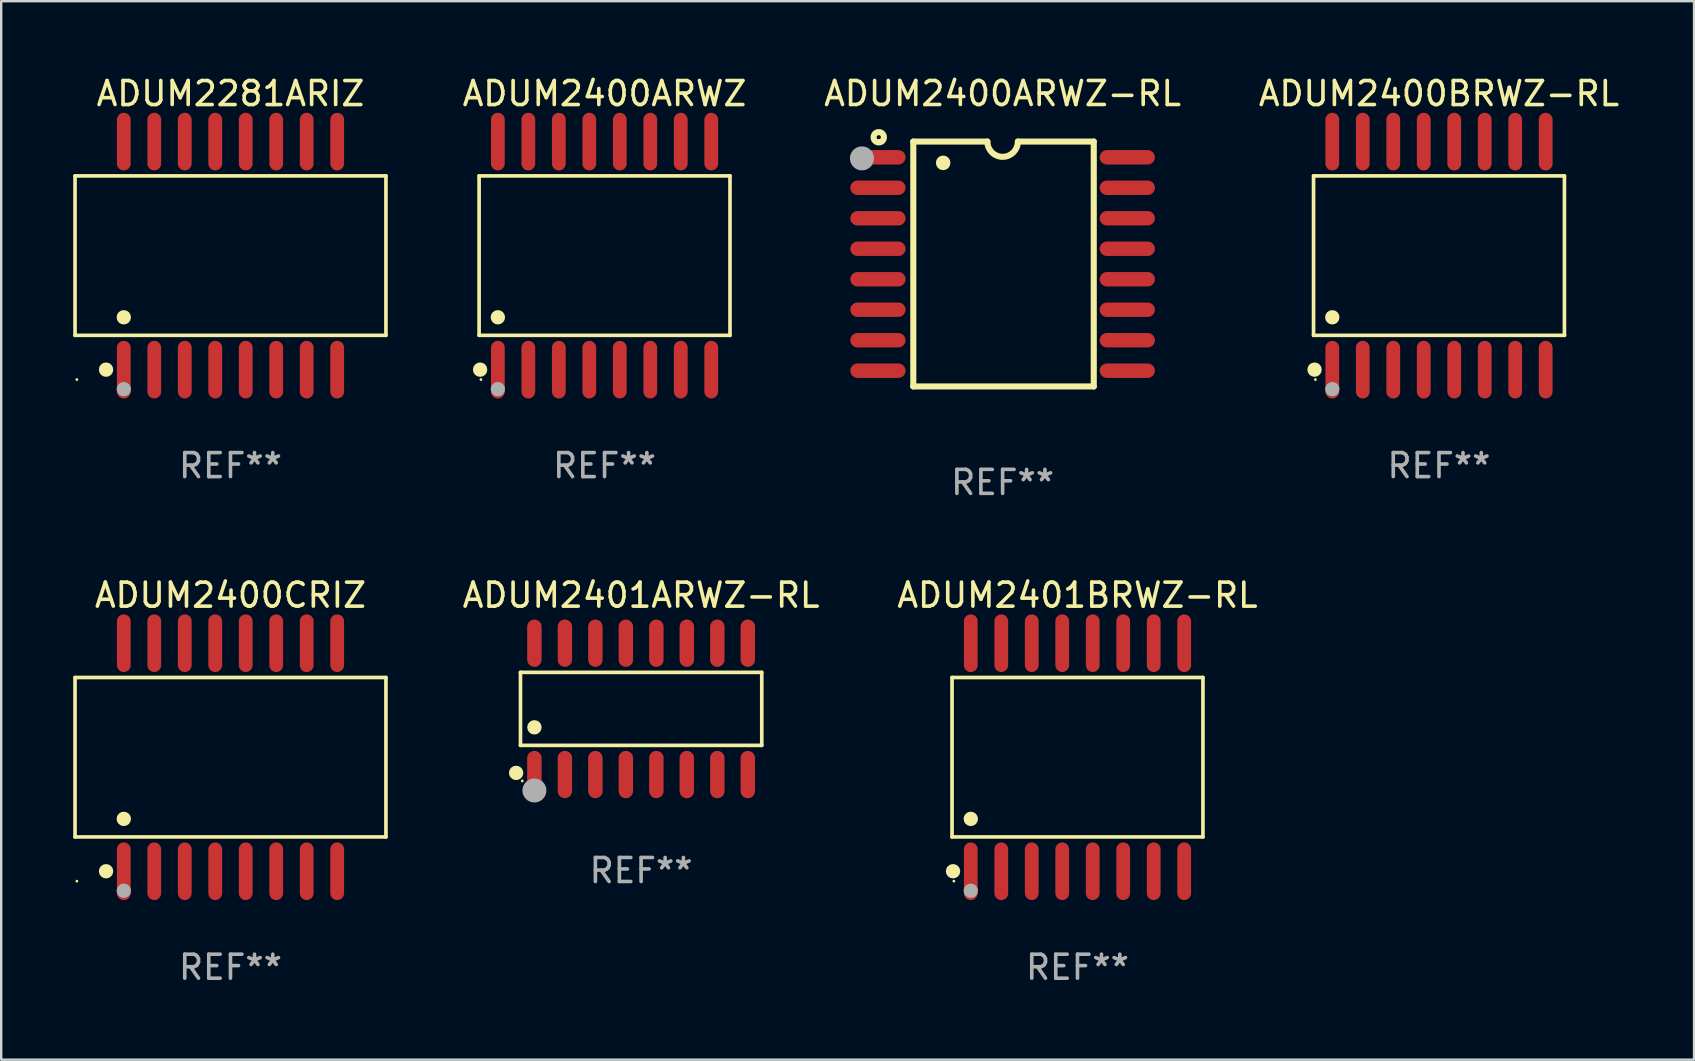
<source format=kicad_pcb>
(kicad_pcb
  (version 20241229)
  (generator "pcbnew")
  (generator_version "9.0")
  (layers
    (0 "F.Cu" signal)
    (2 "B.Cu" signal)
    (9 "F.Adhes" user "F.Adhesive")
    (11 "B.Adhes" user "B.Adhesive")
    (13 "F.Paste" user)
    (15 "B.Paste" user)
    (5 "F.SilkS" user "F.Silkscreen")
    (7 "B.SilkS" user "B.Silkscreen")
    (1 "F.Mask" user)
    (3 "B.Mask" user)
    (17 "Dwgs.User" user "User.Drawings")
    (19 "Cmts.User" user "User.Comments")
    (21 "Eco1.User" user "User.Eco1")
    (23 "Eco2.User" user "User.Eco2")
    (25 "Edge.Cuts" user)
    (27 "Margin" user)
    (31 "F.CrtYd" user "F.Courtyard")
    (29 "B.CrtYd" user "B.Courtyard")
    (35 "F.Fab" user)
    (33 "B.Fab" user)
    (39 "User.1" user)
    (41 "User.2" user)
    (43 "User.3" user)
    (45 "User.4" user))
  (footprint "ADUM2400ARWZ"
    (layer "F.Cu")
    (at 22.135 7.599)
    (property "Reference" "ADUM2400ARWZ" (at 0 -6.75 0) (layer "F.SilkS") (effects (font (size 1 1) (thickness 0.15))))
    (attr through_hole)
    (fp_line (start -5.226 -3.321) (end 5.226 -3.321) (stroke (width 0.152) (type solid)) (layer "F.SilkS"))
    (fp_line (start -5.226 3.321) (end -5.226 -3.321) (stroke (width 0.152) (type solid)) (layer "F.SilkS"))
    (fp_line (start 5.226 -3.321) (end 5.226 3.321) (stroke (width 0.152) (type solid)) (layer "F.SilkS"))
    (fp_line (start 5.226 3.321) (end -5.226 3.321) (stroke (width 0.152) (type solid)) (layer "F.SilkS"))
    (fp_circle (center -5.184 4.75) (end -5.034 4.75) (stroke (width 0.3) (type solid)) (fill no) (layer "F.SilkS"))
    (fp_circle (center -5.15 5.163) (end -5.12 5.163) (stroke (width 0.06) (type solid)) (fill no) (layer "F.SilkS"))
    (fp_circle (center -4.445 2.569) (end -4.295 2.569) (stroke (width 0.3) (type solid)) (fill no) (layer "F.SilkS"))
    (fp_circle (center -4.445 5.563) (end -4.295 5.563) (stroke (width 0.3) (type solid)) (fill no) (layer "F.Fab"))
    (fp_text user "REF**" (at 0 8.75 0) (layer "F.Fab") (effects (font (size 1 1) (thickness 0.15))))
    (pad "1" smd oval (at -4.445 4.75) (size 0.574 2.401) (layers "F.Cu" "F.Mask" "F.Paste"))
    (pad "2" smd oval (at -3.175 4.75) (size 0.574 2.401) (layers "F.Cu" "F.Mask" "F.Paste"))
    (pad "3" smd oval (at -1.905 4.75) (size 0.574 2.401) (layers "F.Cu" "F.Mask" "F.Paste"))
    (pad "4" smd oval (at -0.635 4.75) (size 0.574 2.401) (layers "F.Cu" "F.Mask" "F.Paste"))
    (pad "5" smd oval (at 0.635 4.75) (size 0.574 2.401) (layers "F.Cu" "F.Mask" "F.Paste"))
    (pad "6" smd oval (at 1.905 4.75) (size 0.574 2.401) (layers "F.Cu" "F.Mask" "F.Paste"))
    (pad "7" smd oval (at 3.175 4.75) (size 0.574 2.401) (layers "F.Cu" "F.Mask" "F.Paste"))
    (pad "8" smd oval (at 4.445 4.75) (size 0.574 2.401) (layers "F.Cu" "F.Mask" "F.Paste"))
    (pad "9" smd oval (at 4.445 -4.75) (size 0.574 2.401) (layers "F.Cu" "F.Mask" "F.Paste"))
    (pad "10" smd oval (at 3.175 -4.75) (size 0.574 2.401) (layers "F.Cu" "F.Mask" "F.Paste"))
    (pad "11" smd oval (at 1.905 -4.75) (size 0.574 2.401) (layers "F.Cu" "F.Mask" "F.Paste"))
    (pad "12" smd oval (at 0.635 -4.75) (size 0.574 2.401) (layers "F.Cu" "F.Mask" "F.Paste"))
    (pad "13" smd oval (at -0.635 -4.75) (size 0.574 2.401) (layers "F.Cu" "F.Mask" "F.Paste"))
    (pad "14" smd oval (at -1.905 -4.75) (size 0.574 2.401) (layers "F.Cu" "F.Mask" "F.Paste"))
    (pad "15" smd oval (at -3.175 -4.75) (size 0.574 2.401) (layers "F.Cu" "F.Mask" "F.Paste"))
    (pad "16" smd oval (at -4.445 -4.75) (size 0.574 2.401) (layers "F.Cu" "F.Mask" "F.Paste")))
  (footprint "ADUM2401ARWZ-RL"
    (layer "F.Cu")
    (at 23.658 26.481)
    (property "Reference" "ADUM2401ARWZ-RL" (at 0 -4.736 0) (layer "F.SilkS") (effects (font (size 1 1) (thickness 0.15))))
    (attr through_hole)
    (fp_line (start -5.026 -1.521) (end 5.026 -1.521) (stroke (width 0.152) (type solid)) (layer "F.SilkS"))
    (fp_line (start -5.026 1.521) (end -5.026 -1.521) (stroke (width 0.152) (type solid)) (layer "F.SilkS"))
    (fp_line (start 5.026 -1.521) (end 5.026 1.521) (stroke (width 0.152) (type solid)) (layer "F.SilkS"))
    (fp_line (start 5.026 1.521) (end -5.026 1.521) (stroke (width 0.152) (type solid)) (layer "F.SilkS"))
    (fp_circle (center -5.207 2.667) (end -5.057 2.667) (stroke (width 0.3) (type solid)) (fill no) (layer "F.SilkS"))
    (fp_circle (center -4.95 3) (end -4.92 3) (stroke (width 0.06) (type solid)) (fill no) (layer "F.SilkS"))
    (fp_circle (center -4.445 0.769) (end -4.295 0.769) (stroke (width 0.3) (type solid)) (fill no) (layer "F.SilkS"))
    (fp_circle (center -4.445 3.4) (end -4.195 3.4) (stroke (width 0.5) (type solid)) (fill no) (layer "F.Fab"))
    (fp_text user "REF**" (at 0 6.736 0) (layer "F.Fab") (effects (font (size 1 1) (thickness 0.15))))
    (pad "1" smd oval (at -4.445 2.736) (size 0.602 1.971) (layers "F.Cu" "F.Mask" "F.Paste"))
    (pad "2" smd oval (at -3.175 2.736) (size 0.602 1.971) (layers "F.Cu" "F.Mask" "F.Paste"))
    (pad "3" smd oval (at -1.905 2.736) (size 0.602 1.971) (layers "F.Cu" "F.Mask" "F.Paste"))
    (pad "4" smd oval (at -0.635 2.736) (size 0.602 1.971) (layers "F.Cu" "F.Mask" "F.Paste"))
    (pad "5" smd oval (at 0.635 2.736) (size 0.602 1.971) (layers "F.Cu" "F.Mask" "F.Paste"))
    (pad "6" smd oval (at 1.905 2.736) (size 0.602 1.971) (layers "F.Cu" "F.Mask" "F.Paste"))
    (pad "7" smd oval (at 3.175 2.736) (size 0.602 1.971) (layers "F.Cu" "F.Mask" "F.Paste"))
    (pad "8" smd oval (at 4.445 2.736) (size 0.602 1.971) (layers "F.Cu" "F.Mask" "F.Paste"))
    (pad "9" smd oval (at 4.445 -2.736) (size 0.602 1.971) (layers "F.Cu" "F.Mask" "F.Paste"))
    (pad "10" smd oval (at 3.175 -2.736) (size 0.602 1.971) (layers "F.Cu" "F.Mask" "F.Paste"))
    (pad "11" smd oval (at 1.905 -2.736) (size 0.602 1.971) (layers "F.Cu" "F.Mask" "F.Paste"))
    (pad "12" smd oval (at 0.635 -2.736) (size 0.602 1.971) (layers "F.Cu" "F.Mask" "F.Paste"))
    (pad "13" smd oval (at -0.635 -2.736) (size 0.602 1.971) (layers "F.Cu" "F.Mask" "F.Paste"))
    (pad "14" smd oval (at -1.905 -2.736) (size 0.602 1.971) (layers "F.Cu" "F.Mask" "F.Paste"))
    (pad "15" smd oval (at -3.175 -2.736) (size 0.602 1.971) (layers "F.Cu" "F.Mask" "F.Paste"))
    (pad "16" smd oval (at -4.445 -2.736) (size 0.602 1.971) (layers "F.Cu" "F.Mask" "F.Paste")))
  (footprint "ADUM2400CRIZ"
    (layer "F.Cu")
    (at 6.552 28.495)
    (property "Reference" "ADUM2400CRIZ" (at 0 -6.75 0) (layer "F.SilkS") (effects (font (size 1 1) (thickness 0.15))))
    (attr through_hole)
    (fp_line (start -6.476 -3.321) (end 6.476 -3.321) (stroke (width 0.152) (type solid)) (layer "F.SilkS"))
    (fp_line (start -6.476 3.321) (end -6.476 -3.321) (stroke (width 0.152) (type solid)) (layer "F.SilkS"))
    (fp_line (start 6.476 -3.321) (end 6.476 3.321) (stroke (width 0.152) (type solid)) (layer "F.SilkS"))
    (fp_line (start 6.476 3.321) (end -6.476 3.321) (stroke (width 0.152) (type solid)) (layer "F.SilkS"))
    (fp_circle (center -6.4 5.163) (end -6.37 5.163) (stroke (width 0.06) (type solid)) (fill no) (layer "F.SilkS"))
    (fp_circle (center -5.184 4.75) (end -5.034 4.75) (stroke (width 0.3) (type solid)) (fill no) (layer "F.SilkS"))
    (fp_circle (center -4.445 2.569) (end -4.295 2.569) (stroke (width 0.3) (type solid)) (fill no) (layer "F.SilkS"))
    (fp_circle (center -4.445 5.563) (end -4.295 5.563) (stroke (width 0.3) (type solid)) (fill no) (layer "F.Fab"))
    (fp_text user "REF**" (at 0 8.75 0) (layer "F.Fab") (effects (font (size 1 1) (thickness 0.15))))
    (pad "1" smd oval (at -4.445 4.75) (size 0.574 2.401) (layers "F.Cu" "F.Mask" "F.Paste"))
    (pad "2" smd oval (at -3.175 4.75) (size 0.574 2.401) (layers "F.Cu" "F.Mask" "F.Paste"))
    (pad "3" smd oval (at -1.905 4.75) (size 0.574 2.401) (layers "F.Cu" "F.Mask" "F.Paste"))
    (pad "4" smd oval (at -0.635 4.75) (size 0.574 2.401) (layers "F.Cu" "F.Mask" "F.Paste"))
    (pad "5" smd oval (at 0.635 4.75) (size 0.574 2.401) (layers "F.Cu" "F.Mask" "F.Paste"))
    (pad "6" smd oval (at 1.905 4.75) (size 0.574 2.401) (layers "F.Cu" "F.Mask" "F.Paste"))
    (pad "7" smd oval (at 3.175 4.75) (size 0.574 2.401) (layers "F.Cu" "F.Mask" "F.Paste"))
    (pad "8" smd oval (at 4.445 4.75) (size 0.574 2.401) (layers "F.Cu" "F.Mask" "F.Paste"))
    (pad "9" smd oval (at 4.445 -4.75) (size 0.574 2.401) (layers "F.Cu" "F.Mask" "F.Paste"))
    (pad "10" smd oval (at 3.175 -4.75) (size 0.574 2.401) (layers "F.Cu" "F.Mask" "F.Paste"))
    (pad "11" smd oval (at 1.905 -4.75) (size 0.574 2.401) (layers "F.Cu" "F.Mask" "F.Paste"))
    (pad "12" smd oval (at 0.635 -4.75) (size 0.574 2.401) (layers "F.Cu" "F.Mask" "F.Paste"))
    (pad "13" smd oval (at -0.635 -4.75) (size 0.574 2.401) (layers "F.Cu" "F.Mask" "F.Paste"))
    (pad "14" smd oval (at -1.905 -4.75) (size 0.574 2.401) (layers "F.Cu" "F.Mask" "F.Paste"))
    (pad "15" smd oval (at -3.175 -4.75) (size 0.574 2.401) (layers "F.Cu" "F.Mask" "F.Paste"))
    (pad "16" smd oval (at -4.445 -4.75) (size 0.574 2.401) (layers "F.Cu" "F.Mask" "F.Paste")))
  (footprint "ADUM2281ARIZ"
    (layer "F.Cu")
    (at 6.552 7.599)
    (property "Reference" "ADUM2281ARIZ" (at 0 -6.75 0) (layer "F.SilkS") (effects (font (size 1 1) (thickness 0.15))))
    (attr through_hole)
    (fp_line (start -6.476 -3.321) (end 6.476 -3.321) (stroke (width 0.152) (type solid)) (layer "F.SilkS"))
    (fp_line (start -6.476 3.321) (end -6.476 -3.321) (stroke (width 0.152) (type solid)) (layer "F.SilkS"))
    (fp_line (start 6.476 -3.321) (end 6.476 3.321) (stroke (width 0.152) (type solid)) (layer "F.SilkS"))
    (fp_line (start 6.476 3.321) (end -6.476 3.321) (stroke (width 0.152) (type solid)) (layer "F.SilkS"))
    (fp_circle (center -6.4 5.163) (end -6.37 5.163) (stroke (width 0.06) (type solid)) (fill no) (layer "F.SilkS"))
    (fp_circle (center -5.184 4.75) (end -5.034 4.75) (stroke (width 0.3) (type solid)) (fill no) (layer "F.SilkS"))
    (fp_circle (center -4.445 2.569) (end -4.295 2.569) (stroke (width 0.3) (type solid)) (fill no) (layer "F.SilkS"))
    (fp_circle (center -4.445 5.563) (end -4.295 5.563) (stroke (width 0.3) (type solid)) (fill no) (layer "F.Fab"))
    (fp_text user "REF**" (at 0 8.75 0) (layer "F.Fab") (effects (font (size 1 1) (thickness 0.15))))
    (pad "1" smd oval (at -4.445 4.75) (size 0.574 2.401) (layers "F.Cu" "F.Mask" "F.Paste"))
    (pad "2" smd oval (at -3.175 4.75) (size 0.574 2.401) (layers "F.Cu" "F.Mask" "F.Paste"))
    (pad "3" smd oval (at -1.905 4.75) (size 0.574 2.401) (layers "F.Cu" "F.Mask" "F.Paste"))
    (pad "4" smd oval (at -0.635 4.75) (size 0.574 2.401) (layers "F.Cu" "F.Mask" "F.Paste"))
    (pad "5" smd oval (at 0.635 4.75) (size 0.574 2.401) (layers "F.Cu" "F.Mask" "F.Paste"))
    (pad "6" smd oval (at 1.905 4.75) (size 0.574 2.401) (layers "F.Cu" "F.Mask" "F.Paste"))
    (pad "7" smd oval (at 3.175 4.75) (size 0.574 2.401) (layers "F.Cu" "F.Mask" "F.Paste"))
    (pad "8" smd oval (at 4.445 4.75) (size 0.574 2.401) (layers "F.Cu" "F.Mask" "F.Paste"))
    (pad "9" smd oval (at 4.445 -4.75) (size 0.574 2.401) (layers "F.Cu" "F.Mask" "F.Paste"))
    (pad "10" smd oval (at 3.175 -4.75) (size 0.574 2.401) (layers "F.Cu" "F.Mask" "F.Paste"))
    (pad "11" smd oval (at 1.905 -4.75) (size 0.574 2.401) (layers "F.Cu" "F.Mask" "F.Paste"))
    (pad "12" smd oval (at 0.635 -4.75) (size 0.574 2.401) (layers "F.Cu" "F.Mask" "F.Paste"))
    (pad "13" smd oval (at -0.635 -4.75) (size 0.574 2.401) (layers "F.Cu" "F.Mask" "F.Paste"))
    (pad "14" smd oval (at -1.905 -4.75) (size 0.574 2.401) (layers "F.Cu" "F.Mask" "F.Paste"))
    (pad "15" smd oval (at -3.175 -4.75) (size 0.574 2.401) (layers "F.Cu" "F.Mask" "F.Paste"))
    (pad "16" smd oval (at -4.445 -4.75) (size 0.574 2.401) (layers "F.Cu" "F.Mask" "F.Paste")))
  (footprint "ADUM2401BRWZ-RL"
    (layer "F.Cu")
    (at 41.837 28.495)
    (property "Reference" "ADUM2401BRWZ-RL" (at 0 -6.75 0) (layer "F.SilkS") (effects (font (size 1 1) (thickness 0.15))))
    (attr through_hole)
    (fp_line (start -5.226 -3.321) (end 5.226 -3.321) (stroke (width 0.152) (type solid)) (layer "F.SilkS"))
    (fp_line (start -5.226 3.321) (end -5.226 -3.321) (stroke (width 0.152) (type solid)) (layer "F.SilkS"))
    (fp_line (start 5.226 -3.321) (end 5.226 3.321) (stroke (width 0.152) (type solid)) (layer "F.SilkS"))
    (fp_line (start 5.226 3.321) (end -5.226 3.321) (stroke (width 0.152) (type solid)) (layer "F.SilkS"))
    (fp_circle (center -5.184 4.75) (end -5.034 4.75) (stroke (width 0.3) (type solid)) (fill no) (layer "F.SilkS"))
    (fp_circle (center -5.15 5.163) (end -5.12 5.163) (stroke (width 0.06) (type solid)) (fill no) (layer "F.SilkS"))
    (fp_circle (center -4.445 2.569) (end -4.295 2.569) (stroke (width 0.3) (type solid)) (fill no) (layer "F.SilkS"))
    (fp_circle (center -4.445 5.563) (end -4.295 5.563) (stroke (width 0.3) (type solid)) (fill no) (layer "F.Fab"))
    (fp_text user "REF**" (at 0 8.75 0) (layer "F.Fab") (effects (font (size 1 1) (thickness 0.15))))
    (pad "1" smd oval (at -4.445 4.75) (size 0.574 2.401) (layers "F.Cu" "F.Mask" "F.Paste"))
    (pad "2" smd oval (at -3.175 4.75) (size 0.574 2.401) (layers "F.Cu" "F.Mask" "F.Paste"))
    (pad "3" smd oval (at -1.905 4.75) (size 0.574 2.401) (layers "F.Cu" "F.Mask" "F.Paste"))
    (pad "4" smd oval (at -0.635 4.75) (size 0.574 2.401) (layers "F.Cu" "F.Mask" "F.Paste"))
    (pad "5" smd oval (at 0.635 4.75) (size 0.574 2.401) (layers "F.Cu" "F.Mask" "F.Paste"))
    (pad "6" smd oval (at 1.905 4.75) (size 0.574 2.401) (layers "F.Cu" "F.Mask" "F.Paste"))
    (pad "7" smd oval (at 3.175 4.75) (size 0.574 2.401) (layers "F.Cu" "F.Mask" "F.Paste"))
    (pad "8" smd oval (at 4.445 4.75) (size 0.574 2.401) (layers "F.Cu" "F.Mask" "F.Paste"))
    (pad "9" smd oval (at 4.445 -4.75) (size 0.574 2.401) (layers "F.Cu" "F.Mask" "F.Paste"))
    (pad "10" smd oval (at 3.175 -4.75) (size 0.574 2.401) (layers "F.Cu" "F.Mask" "F.Paste"))
    (pad "11" smd oval (at 1.905 -4.75) (size 0.574 2.401) (layers "F.Cu" "F.Mask" "F.Paste"))
    (pad "12" smd oval (at 0.635 -4.75) (size 0.574 2.401) (layers "F.Cu" "F.Mask" "F.Paste"))
    (pad "13" smd oval (at -0.635 -4.75) (size 0.574 2.401) (layers "F.Cu" "F.Mask" "F.Paste"))
    (pad "14" smd oval (at -1.905 -4.75) (size 0.574 2.401) (layers "F.Cu" "F.Mask" "F.Paste"))
    (pad "15" smd oval (at -3.175 -4.75) (size 0.574 2.401) (layers "F.Cu" "F.Mask" "F.Paste"))
    (pad "16" smd oval (at -4.445 -4.75) (size 0.574 2.401) (layers "F.Cu" "F.Mask" "F.Paste")))
  (footprint "ADUM2400ARWZ-RL"
    (layer "F.Cu")
    (at 38.718 7.948)
    (property "Reference" "ADUM2400ARWZ-RL" (at 0 -7.1 0) (layer "F.SilkS") (effects (font (size 1 1) (thickness 0.15))))
    (attr through_hole)
    (fp_line (start -3.721 -5.1) (end -3.721 5.1) (stroke (width 0.254) (type solid)) (layer "F.SilkS"))
    (fp_line (start -3.721 -5.1) (end -0.635 -5.1) (stroke (width 0.254) (type solid)) (layer "F.SilkS"))
    (fp_line (start -3.721 5.1) (end 3.797 5.1) (stroke (width 0.254) (type solid)) (layer "F.SilkS"))
    (fp_line (start 3.797 -5.1) (end 0.635 -5.1) (stroke (width 0.254) (type solid)) (layer "F.SilkS"))
    (fp_line (start 3.797 5.1) (end 3.797 -5.1) (stroke (width 0.254) (type solid)) (layer "F.SilkS"))
    (fp_arc (start -2.476556 -4.211328) (mid -2.476567 -4.213868) (end -2.476556 -4.216408) (stroke (width 0.6) (type solid)) (layer "F.SilkS"))
    (fp_arc (start 0.63495 -5.100076) (mid -0.000178 -4.465329) (end -0.635052 -5.10033) (stroke (width 0.254001) (type solid)) (layer "F.SilkS"))
    (fp_circle (center -5.16 -5.28) (end -4.945 -5.28) (stroke (width 0.254) (type solid)) (fill no) (layer "F.SilkS"))
    (fp_circle (center -5.15 -5.15) (end -5.12 -5.15) (stroke (width 0.06) (type solid)) (fill no) (layer "F.SilkS"))
    (fp_circle (center -5.86 -4.4) (end -5.61 -4.4) (stroke (width 0.5) (type solid)) (fill no) (layer "F.Fab"))
    (fp_text user "REF**" (at 0 9.1 0) (layer "F.Fab") (effects (font (size 1 1) (thickness 0.15))))
    (pad "1" smd oval (at -5.194 -4.445) (size 2.3 0.6) (layers "F.Cu" "F.Mask" "F.Paste"))
    (pad "2" smd oval (at -5.194 -3.175) (size 2.3 0.6) (layers "F.Cu" "F.Mask" "F.Paste"))
    (pad "3" smd oval (at -5.194 -1.905) (size 2.3 0.6) (layers "F.Cu" "F.Mask" "F.Paste"))
    (pad "4" smd oval (at -5.194 -0.635) (size 2.3 0.6) (layers "F.Cu" "F.Mask" "F.Paste"))
    (pad "5" smd oval (at -5.194 0.635) (size 2.3 0.6) (layers "F.Cu" "F.Mask" "F.Paste"))
    (pad "6" smd oval (at -5.194 1.905) (size 2.3 0.6) (layers "F.Cu" "F.Mask" "F.Paste"))
    (pad "7" smd oval (at -5.194 3.175) (size 2.3 0.6) (layers "F.Cu" "F.Mask" "F.Paste"))
    (pad "8" smd oval (at -5.194 4.445) (size 2.3 0.6) (layers "F.Cu" "F.Mask" "F.Paste"))
    (pad "9" smd oval (at 5.194 4.445) (size 2.3 0.6) (layers "F.Cu" "F.Mask" "F.Paste"))
    (pad "10" smd oval (at 5.194 3.175) (size 2.3 0.6) (layers "F.Cu" "F.Mask" "F.Paste"))
    (pad "11" smd oval (at 5.194 1.905) (size 2.3 0.6) (layers "F.Cu" "F.Mask" "F.Paste"))
    (pad "12" smd oval (at 5.194 0.635) (size 2.3 0.6) (layers "F.Cu" "F.Mask" "F.Paste"))
    (pad "13" smd oval (at 5.194 -0.635) (size 2.3 0.6) (layers "F.Cu" "F.Mask" "F.Paste"))
    (pad "14" smd oval (at 5.194 -1.905) (size 2.3 0.6) (layers "F.Cu" "F.Mask" "F.Paste"))
    (pad "15" smd oval (at 5.194 -3.175) (size 2.3 0.6) (layers "F.Cu" "F.Mask" "F.Paste"))
    (pad "16" smd oval (at 5.194 -4.445) (size 2.3 0.6) (layers "F.Cu" "F.Mask" "F.Paste")))
  (footprint "ADUM2400BRWZ-RL"
    (layer "F.Cu")
    (at 56.897 7.599)
    (property "Reference" "ADUM2400BRWZ-RL" (at 0 -6.75 0) (layer "F.SilkS") (effects (font (size 1 1) (thickness 0.15))))
    (attr through_hole)
    (fp_line (start -5.226 -3.321) (end 5.226 -3.321) (stroke (width 0.152) (type solid)) (layer "F.SilkS"))
    (fp_line (start -5.226 3.321) (end -5.226 -3.321) (stroke (width 0.152) (type solid)) (layer "F.SilkS"))
    (fp_line (start 5.226 -3.321) (end 5.226 3.321) (stroke (width 0.152) (type solid)) (layer "F.SilkS"))
    (fp_line (start 5.226 3.321) (end -5.226 3.321) (stroke (width 0.152) (type solid)) (layer "F.SilkS"))
    (fp_circle (center -5.184 4.75) (end -5.034 4.75) (stroke (width 0.3) (type solid)) (fill no) (layer "F.SilkS"))
    (fp_circle (center -5.15 5.163) (end -5.12 5.163) (stroke (width 0.06) (type solid)) (fill no) (layer "F.SilkS"))
    (fp_circle (center -4.445 2.569) (end -4.295 2.569) (stroke (width 0.3) (type solid)) (fill no) (layer "F.SilkS"))
    (fp_circle (center -4.445 5.563) (end -4.295 5.563) (stroke (width 0.3) (type solid)) (fill no) (layer "F.Fab"))
    (fp_text user "REF**" (at 0 8.75 0) (layer "F.Fab") (effects (font (size 1 1) (thickness 0.15))))
    (pad "1" smd oval (at -4.445 4.75) (size 0.574 2.401) (layers "F.Cu" "F.Mask" "F.Paste"))
    (pad "2" smd oval (at -3.175 4.75) (size 0.574 2.401) (layers "F.Cu" "F.Mask" "F.Paste"))
    (pad "3" smd oval (at -1.905 4.75) (size 0.574 2.401) (layers "F.Cu" "F.Mask" "F.Paste"))
    (pad "4" smd oval (at -0.635 4.75) (size 0.574 2.401) (layers "F.Cu" "F.Mask" "F.Paste"))
    (pad "5" smd oval (at 0.635 4.75) (size 0.574 2.401) (layers "F.Cu" "F.Mask" "F.Paste"))
    (pad "6" smd oval (at 1.905 4.75) (size 0.574 2.401) (layers "F.Cu" "F.Mask" "F.Paste"))
    (pad "7" smd oval (at 3.175 4.75) (size 0.574 2.401) (layers "F.Cu" "F.Mask" "F.Paste"))
    (pad "8" smd oval (at 4.445 4.75) (size 0.574 2.401) (layers "F.Cu" "F.Mask" "F.Paste"))
    (pad "9" smd oval (at 4.445 -4.75) (size 0.574 2.401) (layers "F.Cu" "F.Mask" "F.Paste"))
    (pad "10" smd oval (at 3.175 -4.75) (size 0.574 2.401) (layers "F.Cu" "F.Mask" "F.Paste"))
    (pad "11" smd oval (at 1.905 -4.75) (size 0.574 2.401) (layers "F.Cu" "F.Mask" "F.Paste"))
    (pad "12" smd oval (at 0.635 -4.75) (size 0.574 2.401) (layers "F.Cu" "F.Mask" "F.Paste"))
    (pad "13" smd oval (at -0.635 -4.75) (size 0.574 2.401) (layers "F.Cu" "F.Mask" "F.Paste"))
    (pad "14" smd oval (at -1.905 -4.75) (size 0.574 2.401) (layers "F.Cu" "F.Mask" "F.Paste"))
    (pad "15" smd oval (at -3.175 -4.75) (size 0.574 2.401) (layers "F.Cu" "F.Mask" "F.Paste"))
    (pad "16" smd oval (at -4.445 -4.75) (size 0.574 2.401) (layers "F.Cu" "F.Mask" "F.Paste")))
  (gr_rect
    (start -3 -3)
    (end 67.522 41.094)
    (stroke (width 0.1) (type default))
    (fill no)
    (layer "Edge.Cuts")))
</source>
